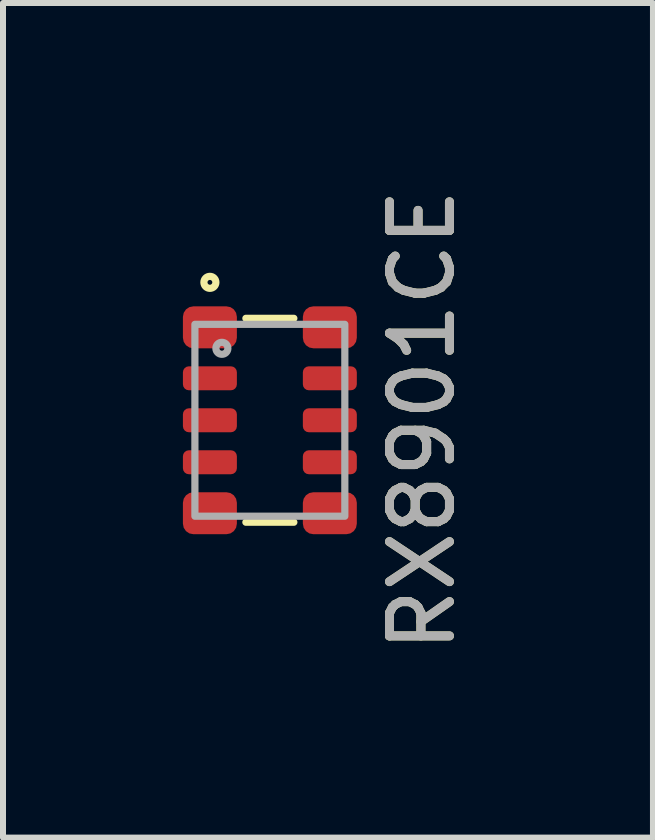
<source format=kicad_pcb>
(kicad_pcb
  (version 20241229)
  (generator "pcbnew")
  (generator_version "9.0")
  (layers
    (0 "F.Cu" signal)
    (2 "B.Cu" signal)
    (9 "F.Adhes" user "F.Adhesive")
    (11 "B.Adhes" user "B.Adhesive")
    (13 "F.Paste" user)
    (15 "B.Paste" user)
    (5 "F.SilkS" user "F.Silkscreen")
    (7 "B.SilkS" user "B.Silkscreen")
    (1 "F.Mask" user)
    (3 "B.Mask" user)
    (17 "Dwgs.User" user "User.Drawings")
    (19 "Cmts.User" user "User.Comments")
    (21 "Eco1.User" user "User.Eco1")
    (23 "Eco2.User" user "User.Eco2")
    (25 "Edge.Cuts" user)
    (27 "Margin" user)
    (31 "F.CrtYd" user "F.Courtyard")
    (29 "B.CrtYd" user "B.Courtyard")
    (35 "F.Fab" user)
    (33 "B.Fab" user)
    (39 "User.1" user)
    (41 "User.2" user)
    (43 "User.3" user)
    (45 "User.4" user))
  (footprint "RX8901CE"
    (layer "F.Cu")
    (at 1.45 3.958)
    (property "Reference" "RX8901CE" (at 2.54 0 90) (unlocked yes) (layer "F.SilkS") (effects (font (size 1 1) (thickness 0.15))))
    (attr smd)
    (fp_line (start -0.4 -1.7) (end 0.4 -1.7) (stroke (width 0.12) (type solid)) (layer "F.SilkS"))
    (fp_line (start -0.4 1.7) (end 0.4 1.7) (stroke (width 0.12) (type solid)) (layer "F.SilkS"))
    (fp_circle (center -1 -2.3) (end -0.9 -2.3) (stroke (width 0.12) (type solid)) (fill no) (layer "F.SilkS"))
    (fp_rect (start -1.25 -1.6) (end 1.25 1.6) (stroke (width 0.12) (type solid)) (fill no) (layer "F.Fab"))
    (fp_circle (center -0.8 -1.2) (end -0.7 -1.2) (stroke (width 0.12) (type solid)) (fill no) (layer "F.Fab"))
    (fp_text user "${REFERENCE}" (at 2.54 0 90) (unlocked yes) (layer "F.Fab") (effects (font (size 1 1) (thickness 0.15))))
    (pad "1" smd roundrect (at -1 -1.55) (size 0.9 0.7) (layers "F.Cu" "F.Mask" "F.Paste") (roundrect_rratio 0.25))
    (pad "2" smd roundrect (at -1 -0.7) (size 0.9 0.4) (layers "F.Cu" "F.Mask" "F.Paste") (roundrect_rratio 0.25))
    (pad "3" smd roundrect (at -1 0) (size 0.9 0.4) (layers "F.Cu" "F.Mask" "F.Paste") (roundrect_rratio 0.25))
    (pad "4" smd roundrect (at -1 0.7) (size 0.9 0.4) (layers "F.Cu" "F.Mask" "F.Paste") (roundrect_rratio 0.25))
    (pad "5" smd roundrect (at -1 1.55) (size 0.9 0.7) (layers "F.Cu" "F.Mask" "F.Paste") (roundrect_rratio 0.25))
    (pad "6" smd roundrect (at 1 1.55) (size 0.9 0.7) (layers "F.Cu" "F.Mask" "F.Paste") (roundrect_rratio 0.25))
    (pad "7" smd roundrect (at 1 0.7) (size 0.9 0.4) (layers "F.Cu" "F.Mask" "F.Paste") (roundrect_rratio 0.25))
    (pad "8" smd roundrect (at 1 0) (size 0.9 0.4) (layers "F.Cu" "F.Mask" "F.Paste") (roundrect_rratio 0.25))
    (pad "9" smd roundrect (at 1 -0.7) (size 0.9 0.4) (layers "F.Cu" "F.Mask" "F.Paste") (roundrect_rratio 0.25))
    (pad "10" smd roundrect (at 1 -1.55) (size 0.9 0.7) (layers "F.Cu" "F.Mask" "F.Paste") (roundrect_rratio 0.25)))
  (gr_rect
    (start -3 -3)
    (end 7.838 10.917)
    (stroke (width 0.1) (type default))
    (fill no)
    (layer "Edge.Cuts")))
</source>
